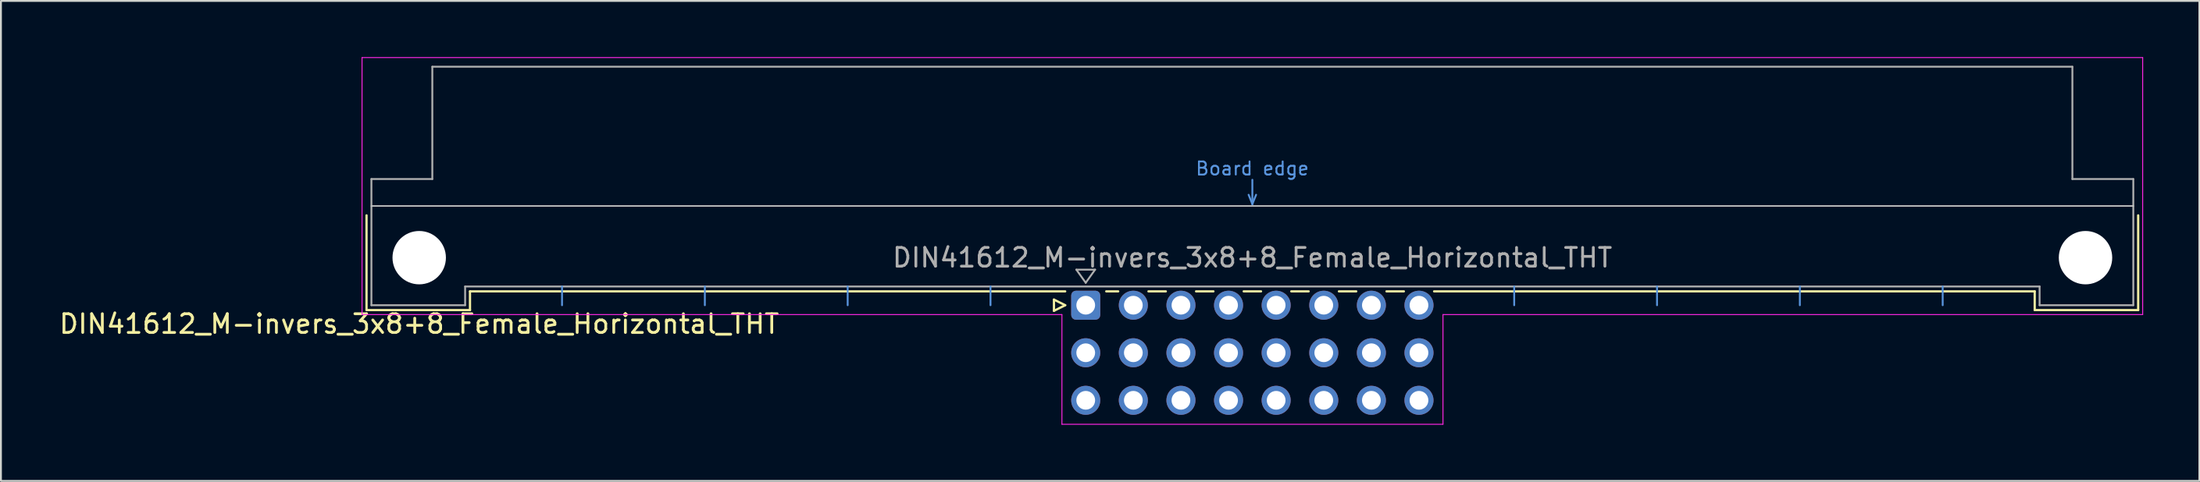
<source format=kicad_pcb>
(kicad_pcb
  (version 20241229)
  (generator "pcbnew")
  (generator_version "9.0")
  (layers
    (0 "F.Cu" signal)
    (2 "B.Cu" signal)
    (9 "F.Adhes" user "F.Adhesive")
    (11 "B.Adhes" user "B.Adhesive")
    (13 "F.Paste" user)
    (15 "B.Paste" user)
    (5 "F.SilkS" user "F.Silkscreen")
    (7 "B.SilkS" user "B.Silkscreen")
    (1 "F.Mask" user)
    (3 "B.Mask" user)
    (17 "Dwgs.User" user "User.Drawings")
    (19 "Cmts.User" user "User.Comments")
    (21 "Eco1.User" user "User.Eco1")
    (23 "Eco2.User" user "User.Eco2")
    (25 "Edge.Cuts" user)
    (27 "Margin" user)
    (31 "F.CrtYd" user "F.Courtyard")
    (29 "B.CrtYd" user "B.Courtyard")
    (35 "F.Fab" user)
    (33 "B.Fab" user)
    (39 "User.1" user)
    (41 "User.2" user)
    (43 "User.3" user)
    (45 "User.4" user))
  (footprint "DIN41612_M-invers_3x8+8_Female_Horizontal_THT"
    (layer "F.Cu")
    (at 24.395 13.255)
    (property "Reference" "DIN41612_M-invers_3x8+8_Female_Horizontal_THT" (at -5.08 1 0) (layer "F.SilkS") (effects (font (size 1 1) (thickness 0.15))))
    (attr through_hole)
    (fp_line (start -7.89 -4.8) (end -7.89 0.26) (stroke (width 0.12) (type solid)) (layer "F.SilkS"))
    (fp_line (start -7.89 0.26) (end -2.37 0.26) (stroke (width 0.12) (type solid)) (layer "F.SilkS"))
    (fp_line (start -2.37 -0.74) (end 29.385 -0.74) (stroke (width 0.12) (type solid)) (layer "F.SilkS"))
    (fp_line (start -2.37 0.26) (end -2.37 -0.74) (stroke (width 0.12) (type solid)) (layer "F.SilkS"))
    (fp_line (start 28.785 -0.3) (end 28.785 0.3) (stroke (width 0.12) (type solid)) (layer "F.SilkS"))
    (fp_line (start 28.785 0.3) (end 29.385 0) (stroke (width 0.12) (type solid)) (layer "F.SilkS"))
    (fp_line (start 29.385 0) (end 28.785 -0.3) (stroke (width 0.12) (type solid)) (layer "F.SilkS"))
    (fp_line (start 31.575 -0.74) (end 32.213 -0.74) (stroke (width 0.12) (type solid)) (layer "F.SilkS"))
    (fp_line (start 33.827 -0.74) (end 34.753 -0.74) (stroke (width 0.12) (type solid)) (layer "F.SilkS"))
    (fp_line (start 36.367 -0.74) (end 37.293 -0.74) (stroke (width 0.12) (type solid)) (layer "F.SilkS"))
    (fp_line (start 38.907 -0.74) (end 39.833 -0.74) (stroke (width 0.12) (type solid)) (layer "F.SilkS"))
    (fp_line (start 41.447 -0.74) (end 42.373 -0.74) (stroke (width 0.12) (type solid)) (layer "F.SilkS"))
    (fp_line (start 43.987 -0.74) (end 44.913 -0.74) (stroke (width 0.12) (type solid)) (layer "F.SilkS"))
    (fp_line (start 46.527 -0.74) (end 47.453 -0.74) (stroke (width 0.12) (type solid)) (layer "F.SilkS"))
    (fp_line (start 49.067 -0.74) (end 81.11 -0.74) (stroke (width 0.12) (type solid)) (layer "F.SilkS"))
    (fp_line (start 81.11 0.26) (end 81.11 -0.74) (stroke (width 0.12) (type solid)) (layer "F.SilkS"))
    (fp_line (start 86.63 -4.8) (end 86.63 0.26) (stroke (width 0.12) (type solid)) (layer "F.SilkS"))
    (fp_line (start 86.63 0.26) (end 81.11 0.26) (stroke (width 0.12) (type solid)) (layer "F.SilkS"))
    (fp_line (start -7.63 -5.3) (end 86.37 -5.3) (stroke (width 0.08) (type solid)) (layer "Dwgs.User"))
    (fp_line (start 2.54 0) (end 2.54 -1) (stroke (width 0.1) (type solid)) (layer "Cmts.User"))
    (fp_line (start 10.16 0) (end 10.16 -1) (stroke (width 0.1) (type solid)) (layer "Cmts.User"))
    (fp_line (start 17.78 0) (end 17.78 -1) (stroke (width 0.1) (type solid)) (layer "Cmts.User"))
    (fp_line (start 25.4 0) (end 25.4 -1) (stroke (width 0.1) (type solid)) (layer "Cmts.User"))
    (fp_line (start 39.17 -5.9) (end 39.37 -5.4) (stroke (width 0.1) (type solid)) (layer "Cmts.User"))
    (fp_line (start 39.37 -5.4) (end 39.37 -6.7) (stroke (width 0.1) (type solid)) (layer "Cmts.User"))
    (fp_line (start 39.37 -5.4) (end 39.57 -5.9) (stroke (width 0.1) (type solid)) (layer "Cmts.User"))
    (fp_line (start 53.34 0) (end 53.34 -1) (stroke (width 0.1) (type solid)) (layer "Cmts.User"))
    (fp_line (start 60.96 0) (end 60.96 -1) (stroke (width 0.1) (type solid)) (layer "Cmts.User"))
    (fp_line (start 68.58 0) (end 68.58 -1) (stroke (width 0.1) (type solid)) (layer "Cmts.User"))
    (fp_line (start 76.2 0) (end 76.2 -1) (stroke (width 0.1) (type solid)) (layer "Cmts.User"))
    (fp_line (start -8.13 -13.23) (end -8.13 0.5) (stroke (width 0.05) (type solid)) (layer "F.CrtYd"))
    (fp_line (start -8.13 0.5) (end 29.21 0.5) (stroke (width 0.05) (type solid)) (layer "F.CrtYd"))
    (fp_line (start 29.21 0.5) (end 29.21 6.36) (stroke (width 0.05) (type solid)) (layer "F.CrtYd"))
    (fp_line (start 29.21 6.36) (end 49.54 6.36) (stroke (width 0.05) (type solid)) (layer "F.CrtYd"))
    (fp_line (start 49.54 0.5) (end 86.87 0.5) (stroke (width 0.05) (type solid)) (layer "F.CrtYd"))
    (fp_line (start 49.54 6.36) (end 49.54 0.5) (stroke (width 0.05) (type solid)) (layer "F.CrtYd"))
    (fp_line (start 86.87 -13.23) (end -8.13 -13.23) (stroke (width 0.05) (type solid)) (layer "F.CrtYd"))
    (fp_line (start 86.87 0.5) (end 86.87 -13.23) (stroke (width 0.05) (type solid)) (layer "F.CrtYd"))
    (fp_line (start -7.63 -6.74) (end -7.63 0) (stroke (width 0.1) (type solid)) (layer "F.Fab"))
    (fp_line (start -7.63 0) (end -2.63 0) (stroke (width 0.1) (type solid)) (layer "F.Fab"))
    (fp_line (start -4.38 -12.74) (end -4.38 -6.74) (stroke (width 0.1) (type solid)) (layer "F.Fab"))
    (fp_line (start -4.38 -6.74) (end -7.63 -6.74) (stroke (width 0.1) (type solid)) (layer "F.Fab"))
    (fp_line (start -2.63 -1) (end 81.37 -1) (stroke (width 0.1) (type solid)) (layer "F.Fab"))
    (fp_line (start -2.63 0) (end -2.63 -1) (stroke (width 0.1) (type solid)) (layer "F.Fab"))
    (fp_line (start 29.98 -1.9) (end 30.98 -1.9) (stroke (width 0.1) (type solid)) (layer "F.Fab"))
    (fp_line (start 30.48 -1.2) (end 29.98 -1.9) (stroke (width 0.1) (type solid)) (layer "F.Fab"))
    (fp_line (start 30.98 -1.9) (end 30.48 -1.2) (stroke (width 0.1) (type solid)) (layer "F.Fab"))
    (fp_line (start 81.37 -1) (end 81.37 0) (stroke (width 0.1) (type solid)) (layer "F.Fab"))
    (fp_line (start 81.37 0) (end 86.37 0) (stroke (width 0.1) (type solid)) (layer "F.Fab"))
    (fp_line (start 83.12 -12.74) (end -4.38 -12.74) (stroke (width 0.1) (type solid)) (layer "F.Fab"))
    (fp_line (start 83.12 -6.74) (end 83.12 -12.74) (stroke (width 0.1) (type solid)) (layer "F.Fab"))
    (fp_line (start 86.37 -6.74) (end 83.12 -6.74) (stroke (width 0.1) (type solid)) (layer "F.Fab"))
    (fp_line (start 86.37 0) (end 86.37 -6.74) (stroke (width 0.1) (type solid)) (layer "F.Fab"))
    (fp_text user "Board edge" (at 39.37 -7.3 0) (layer "Cmts.User") (effects (font (size 0.7 0.7) (thickness 0.1))))
    (fp_text user "${REFERENCE}" (at 39.37 -2.54 0) (layer "F.Fab") (effects (font (size 1 1) (thickness 0.15))))
    (pad "" np_thru_hole circle (at -5.08 -2.54) (size 2.85 2.85) (drill 2.85) (layers "*.Cu" "*.Mask"))
    (pad "" np_thru_hole circle (at 83.82 -2.54) (size 2.85 2.85) (drill 2.85) (layers "*.Cu" "*.Mask"))
    (pad "a13" thru_hole roundrect (at 30.48 0) (size 1.55 1.55) (drill 1) (layers "*.Cu" "*.Mask") (roundrect_rratio 0.161))
    (pad "a14" thru_hole circle (at 33.02 0) (size 1.55 1.55) (drill 1) (layers "*.Cu" "*.Mask"))
    (pad "a15" thru_hole circle (at 35.56 0) (size 1.55 1.55) (drill 1) (layers "*.Cu" "*.Mask"))
    (pad "a16" thru_hole circle (at 38.1 0) (size 1.55 1.55) (drill 1) (layers "*.Cu" "*.Mask"))
    (pad "a17" thru_hole circle (at 40.64 0) (size 1.55 1.55) (drill 1) (layers "*.Cu" "*.Mask"))
    (pad "a18" thru_hole circle (at 43.18 0) (size 1.55 1.55) (drill 1) (layers "*.Cu" "*.Mask"))
    (pad "a19" thru_hole circle (at 45.72 0) (size 1.55 1.55) (drill 1) (layers "*.Cu" "*.Mask"))
    (pad "a20" thru_hole circle (at 48.26 0) (size 1.55 1.55) (drill 1) (layers "*.Cu" "*.Mask"))
    (pad "b13" thru_hole circle (at 30.48 2.54) (size 1.55 1.55) (drill 1) (layers "*.Cu" "*.Mask"))
    (pad "b14" thru_hole circle (at 33.02 2.54) (size 1.55 1.55) (drill 1) (layers "*.Cu" "*.Mask"))
    (pad "b15" thru_hole circle (at 35.56 2.54) (size 1.55 1.55) (drill 1) (layers "*.Cu" "*.Mask"))
    (pad "b16" thru_hole circle (at 38.1 2.54) (size 1.55 1.55) (drill 1) (layers "*.Cu" "*.Mask"))
    (pad "b17" thru_hole circle (at 40.64 2.54) (size 1.55 1.55) (drill 1) (layers "*.Cu" "*.Mask"))
    (pad "b18" thru_hole circle (at 43.18 2.54) (size 1.55 1.55) (drill 1) (layers "*.Cu" "*.Mask"))
    (pad "b19" thru_hole circle (at 45.72 2.54) (size 1.55 1.55) (drill 1) (layers "*.Cu" "*.Mask"))
    (pad "b20" thru_hole circle (at 48.26 2.54) (size 1.55 1.55) (drill 1) (layers "*.Cu" "*.Mask"))
    (pad "c13" thru_hole circle (at 30.48 5.08) (size 1.55 1.55) (drill 1) (layers "*.Cu" "*.Mask"))
    (pad "c14" thru_hole circle (at 33.02 5.08) (size 1.55 1.55) (drill 1) (layers "*.Cu" "*.Mask"))
    (pad "c15" thru_hole circle (at 35.56 5.08) (size 1.55 1.55) (drill 1) (layers "*.Cu" "*.Mask"))
    (pad "c16" thru_hole circle (at 38.1 5.08) (size 1.55 1.55) (drill 1) (layers "*.Cu" "*.Mask"))
    (pad "c17" thru_hole circle (at 40.64 5.08) (size 1.55 1.55) (drill 1) (layers "*.Cu" "*.Mask"))
    (pad "c18" thru_hole circle (at 43.18 5.08) (size 1.55 1.55) (drill 1) (layers "*.Cu" "*.Mask"))
    (pad "c19" thru_hole circle (at 45.72 5.08) (size 1.55 1.55) (drill 1) (layers "*.Cu" "*.Mask"))
    (pad "c20" thru_hole circle (at 48.26 5.08) (size 1.55 1.55) (drill 1) (layers "*.Cu" "*.Mask")))
  (gr_rect
    (start -3 -3)
    (end 114.29 22.64)
    (stroke (width 0.1) (type default))
    (fill no)
    (layer "Edge.Cuts")))
</source>
